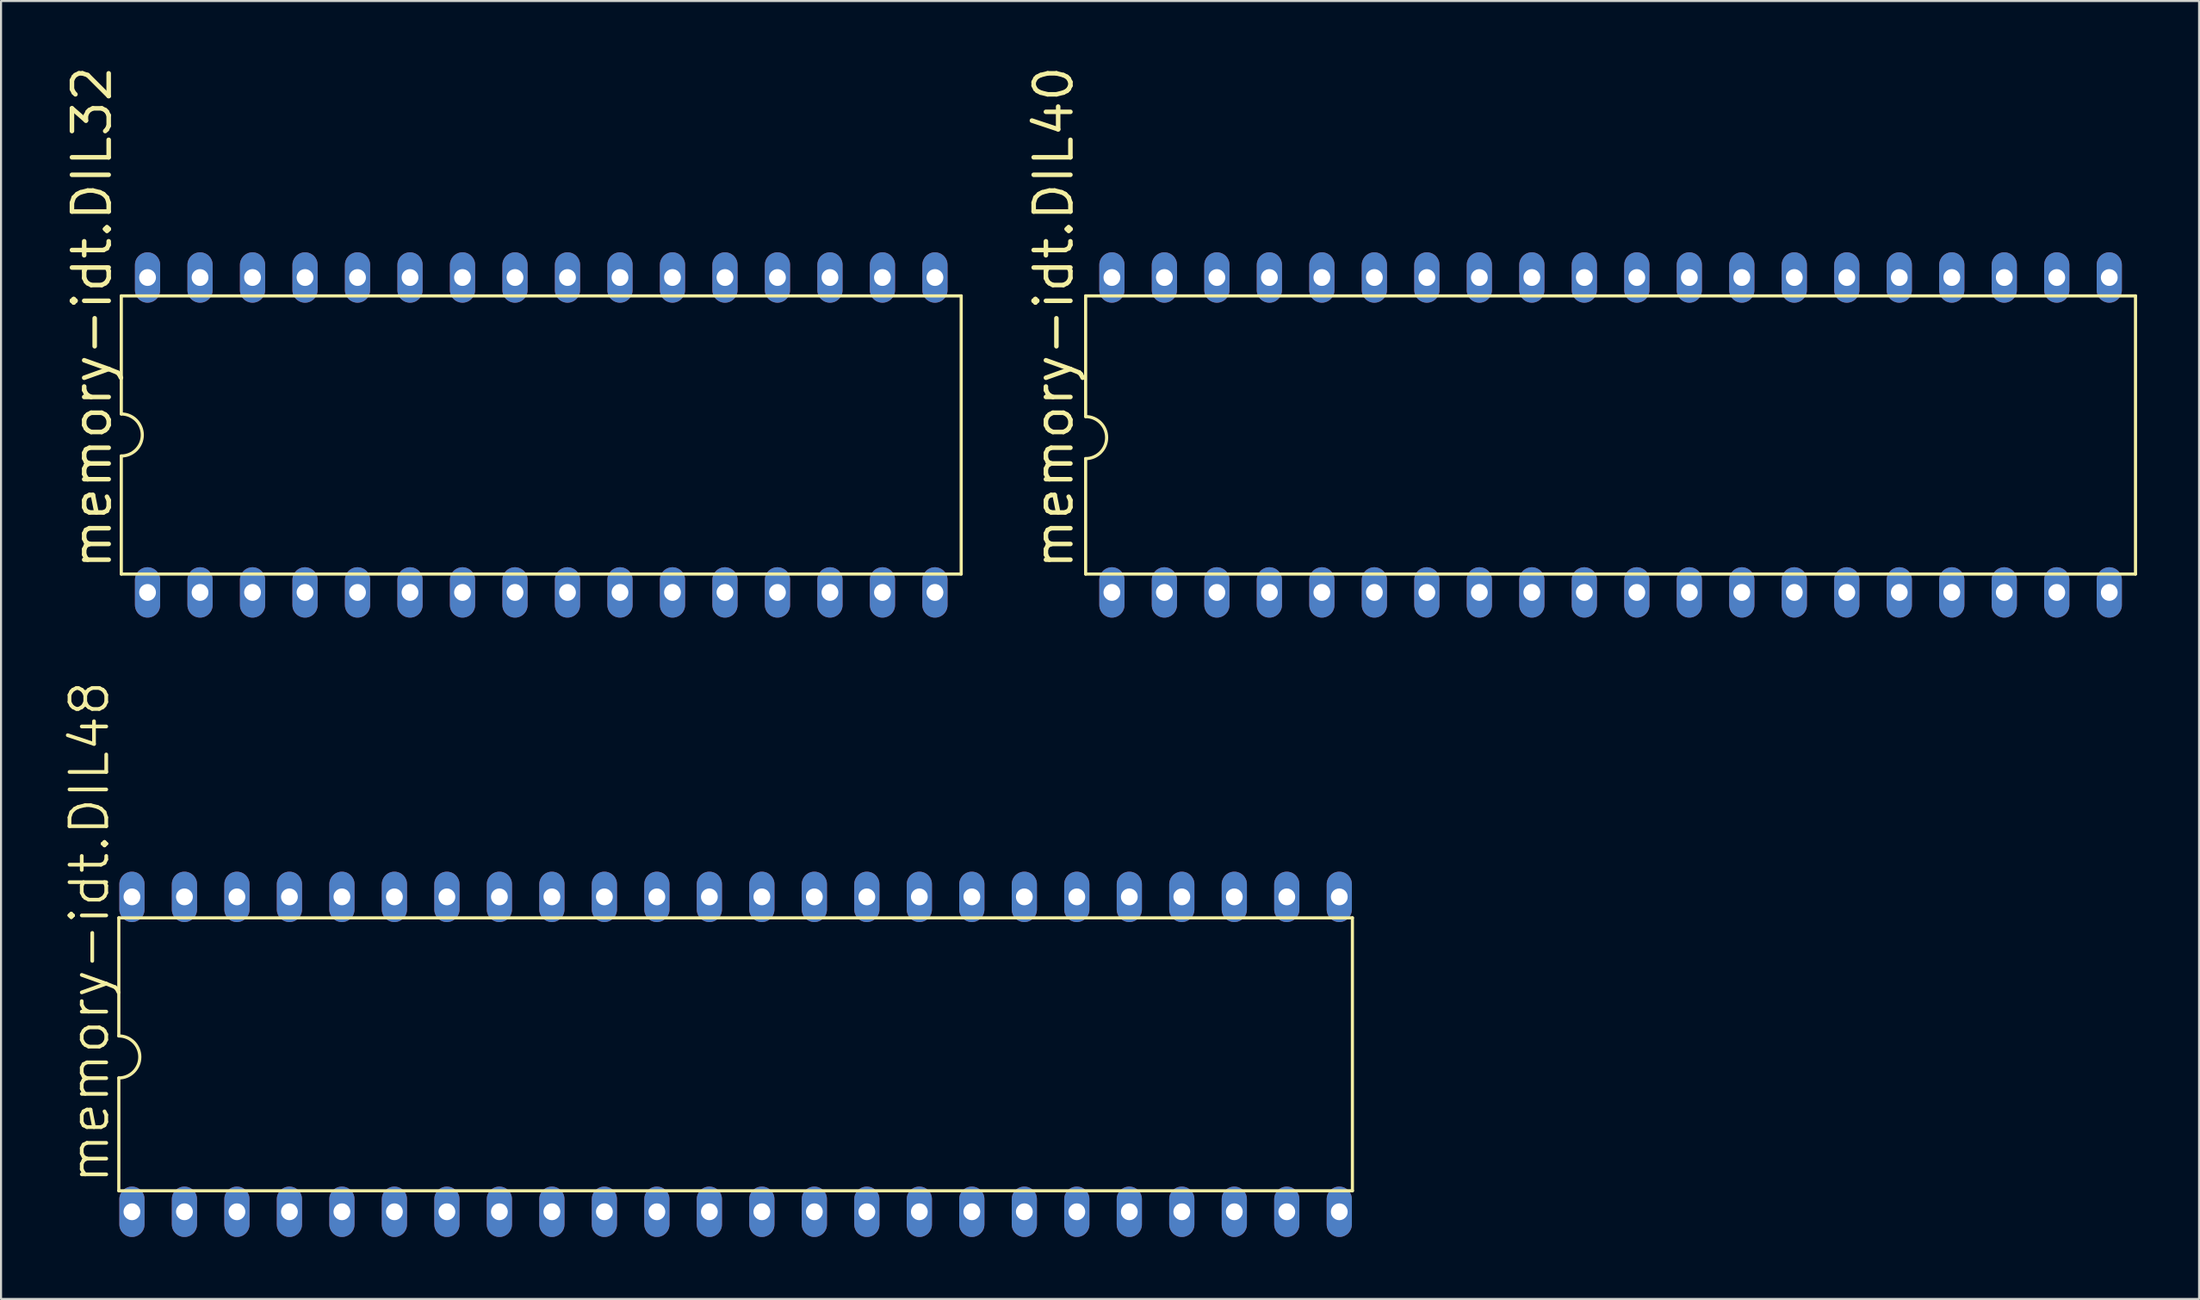
<source format=kicad_pcb>
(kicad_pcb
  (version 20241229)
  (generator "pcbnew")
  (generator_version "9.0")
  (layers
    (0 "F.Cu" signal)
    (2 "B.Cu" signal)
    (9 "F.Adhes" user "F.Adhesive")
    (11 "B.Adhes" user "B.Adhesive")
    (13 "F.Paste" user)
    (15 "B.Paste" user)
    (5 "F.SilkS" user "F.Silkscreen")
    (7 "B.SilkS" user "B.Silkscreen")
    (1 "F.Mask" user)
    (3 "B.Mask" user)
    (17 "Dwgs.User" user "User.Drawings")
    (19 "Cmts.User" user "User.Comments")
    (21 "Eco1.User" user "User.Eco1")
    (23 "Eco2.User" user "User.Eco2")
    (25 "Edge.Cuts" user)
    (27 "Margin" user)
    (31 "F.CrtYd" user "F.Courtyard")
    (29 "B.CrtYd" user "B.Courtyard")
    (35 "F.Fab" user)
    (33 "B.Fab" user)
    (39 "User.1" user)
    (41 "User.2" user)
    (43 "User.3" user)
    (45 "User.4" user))
  (footprint "memory-idt.DIL40"
    (layer "F.Cu")
    (at 74.881 18)
    (property "Reference" "memory-idt.DIL40" (at -25.908 6.604 90) (layer "F.SilkS") (effects (font (size 1.778 1.778) (thickness 0.22)) (justify left bottom)))
    (attr through_hole)
    (fp_line (start -25.4 -6.731) (end -25.4 -0.889) (stroke (width 0.152) (type default)) (layer "F.SilkS"))
    (fp_line (start -25.4 6.731) (end -25.4 1.143) (stroke (width 0.152) (type default)) (layer "F.SilkS"))
    (fp_line (start -25.4 6.731) (end 25.4 6.731) (stroke (width 0.152) (type default)) (layer "F.SilkS"))
    (fp_line (start 25.4 -6.731) (end -25.4 -6.731) (stroke (width 0.152) (type default)) (layer "F.SilkS"))
    (fp_line (start 25.4 -6.731) (end 25.4 6.731) (stroke (width 0.152) (type default)) (layer "F.SilkS"))
    (fp_arc (start -25.4 -0.889) (mid -24.384 0.127) (end -25.4 1.143) (stroke (width 0.1524) (type default)) (layer "F.SilkS"))
    (pad "1" thru_hole oval (at -24.13 7.62 90) (size 2.438 1.219) (drill 0.813) (layers "*.Cu" "*.Mask"))
    (pad "2" thru_hole oval (at -21.59 7.62 90) (size 2.438 1.219) (drill 0.813) (layers "*.Cu" "*.Mask"))
    (pad "3" thru_hole oval (at -19.05 7.62 90) (size 2.438 1.219) (drill 0.813) (layers "*.Cu" "*.Mask"))
    (pad "4" thru_hole oval (at -16.51 7.62 90) (size 2.438 1.219) (drill 0.813) (layers "*.Cu" "*.Mask"))
    (pad "5" thru_hole oval (at -13.97 7.62 90) (size 2.438 1.219) (drill 0.813) (layers "*.Cu" "*.Mask"))
    (pad "6" thru_hole oval (at -11.43 7.62 90) (size 2.438 1.219) (drill 0.813) (layers "*.Cu" "*.Mask"))
    (pad "7" thru_hole oval (at -8.89 7.62 90) (size 2.438 1.219) (drill 0.813) (layers "*.Cu" "*.Mask"))
    (pad "8" thru_hole oval (at -6.35 7.62 90) (size 2.438 1.219) (drill 0.813) (layers "*.Cu" "*.Mask"))
    (pad "9" thru_hole oval (at -3.81 7.62 90) (size 2.438 1.219) (drill 0.813) (layers "*.Cu" "*.Mask"))
    (pad "10" thru_hole oval (at -1.27 7.62 90) (size 2.438 1.219) (drill 0.813) (layers "*.Cu" "*.Mask"))
    (pad "11" thru_hole oval (at 1.27 7.62 90) (size 2.438 1.219) (drill 0.813) (layers "*.Cu" "*.Mask"))
    (pad "12" thru_hole oval (at 3.81 7.62 90) (size 2.438 1.219) (drill 0.813) (layers "*.Cu" "*.Mask"))
    (pad "13" thru_hole oval (at 6.35 7.62 90) (size 2.438 1.219) (drill 0.813) (layers "*.Cu" "*.Mask"))
    (pad "14" thru_hole oval (at 8.89 7.62 90) (size 2.438 1.219) (drill 0.813) (layers "*.Cu" "*.Mask"))
    (pad "15" thru_hole oval (at 11.43 7.62 90) (size 2.438 1.219) (drill 0.813) (layers "*.Cu" "*.Mask"))
    (pad "16" thru_hole oval (at 13.97 7.62 90) (size 2.438 1.219) (drill 0.813) (layers "*.Cu" "*.Mask"))
    (pad "17" thru_hole oval (at 16.51 7.62 90) (size 2.438 1.219) (drill 0.813) (layers "*.Cu" "*.Mask"))
    (pad "18" thru_hole oval (at 19.05 7.62 90) (size 2.438 1.219) (drill 0.813) (layers "*.Cu" "*.Mask"))
    (pad "19" thru_hole oval (at 21.59 7.62 90) (size 2.438 1.219) (drill 0.813) (layers "*.Cu" "*.Mask"))
    (pad "20" thru_hole oval (at 24.13 7.62 90) (size 2.438 1.219) (drill 0.813) (layers "*.Cu" "*.Mask"))
    (pad "21" thru_hole oval (at 24.13 -7.62 90) (size 2.438 1.219) (drill 0.813) (layers "*.Cu" "*.Mask"))
    (pad "22" thru_hole oval (at 21.59 -7.62 90) (size 2.438 1.219) (drill 0.813) (layers "*.Cu" "*.Mask"))
    (pad "23" thru_hole oval (at 19.05 -7.62 90) (size 2.438 1.219) (drill 0.813) (layers "*.Cu" "*.Mask"))
    (pad "24" thru_hole oval (at 16.51 -7.62 90) (size 2.438 1.219) (drill 0.813) (layers "*.Cu" "*.Mask"))
    (pad "25" thru_hole oval (at 13.97 -7.62 90) (size 2.438 1.219) (drill 0.813) (layers "*.Cu" "*.Mask"))
    (pad "26" thru_hole oval (at 11.43 -7.62 90) (size 2.438 1.219) (drill 0.813) (layers "*.Cu" "*.Mask"))
    (pad "27" thru_hole oval (at 8.89 -7.62 90) (size 2.438 1.219) (drill 0.813) (layers "*.Cu" "*.Mask"))
    (pad "28" thru_hole oval (at 6.35 -7.62 90) (size 2.438 1.219) (drill 0.813) (layers "*.Cu" "*.Mask"))
    (pad "29" thru_hole oval (at 3.81 -7.62 90) (size 2.438 1.219) (drill 0.813) (layers "*.Cu" "*.Mask"))
    (pad "30" thru_hole oval (at 1.27 -7.62 90) (size 2.438 1.219) (drill 0.813) (layers "*.Cu" "*.Mask"))
    (pad "31" thru_hole oval (at -1.27 -7.62 90) (size 2.438 1.219) (drill 0.813) (layers "*.Cu" "*.Mask"))
    (pad "32" thru_hole oval (at -3.81 -7.62 90) (size 2.438 1.219) (drill 0.813) (layers "*.Cu" "*.Mask"))
    (pad "33" thru_hole oval (at -6.35 -7.62 90) (size 2.438 1.219) (drill 0.813) (layers "*.Cu" "*.Mask"))
    (pad "34" thru_hole oval (at -8.89 -7.62 90) (size 2.438 1.219) (drill 0.813) (layers "*.Cu" "*.Mask"))
    (pad "35" thru_hole oval (at -11.43 -7.62 90) (size 2.438 1.219) (drill 0.813) (layers "*.Cu" "*.Mask"))
    (pad "36" thru_hole oval (at -13.97 -7.62 90) (size 2.438 1.219) (drill 0.813) (layers "*.Cu" "*.Mask"))
    (pad "37" thru_hole oval (at -16.51 -7.62 90) (size 2.438 1.219) (drill 0.813) (layers "*.Cu" "*.Mask"))
    (pad "38" thru_hole oval (at -19.05 -7.62 90) (size 2.438 1.219) (drill 0.813) (layers "*.Cu" "*.Mask"))
    (pad "39" thru_hole oval (at -21.59 -7.62 90) (size 2.438 1.219) (drill 0.813) (layers "*.Cu" "*.Mask"))
    (pad "40" thru_hole oval (at -24.13 -7.62 90) (size 2.438 1.219) (drill 0.813) (layers "*.Cu" "*.Mask")))
  (footprint "memory-idt.DIL32"
    (layer "F.Cu")
    (at 23.139 18)
    (property "Reference" "memory-idt.DIL32" (at -20.701 6.604 90) (layer "F.SilkS") (effects (font (size 1.778 1.778) (thickness 0.22)) (justify left bottom)))
    (attr through_hole)
    (fp_line (start -20.32 -6.731) (end -20.32 -1.016) (stroke (width 0.152) (type default)) (layer "F.SilkS"))
    (fp_line (start -20.32 6.731) (end -20.32 1.016) (stroke (width 0.152) (type default)) (layer "F.SilkS"))
    (fp_line (start -20.32 6.731) (end 20.32 6.731) (stroke (width 0.152) (type default)) (layer "F.SilkS"))
    (fp_line (start 20.32 -6.731) (end -20.32 -6.731) (stroke (width 0.152) (type default)) (layer "F.SilkS"))
    (fp_line (start 20.32 -6.731) (end 20.32 6.731) (stroke (width 0.152) (type default)) (layer "F.SilkS"))
    (fp_arc (start -20.32 -1.016) (mid -19.304 0) (end -20.32 1.016) (stroke (width 0.1524) (type default)) (layer "F.SilkS"))
    (pad "1" thru_hole oval (at -19.05 7.62 90) (size 2.438 1.219) (drill 0.813) (layers "*.Cu" "*.Mask"))
    (pad "2" thru_hole oval (at -16.51 7.62 90) (size 2.438 1.219) (drill 0.813) (layers "*.Cu" "*.Mask"))
    (pad "3" thru_hole oval (at -13.97 7.62 90) (size 2.438 1.219) (drill 0.813) (layers "*.Cu" "*.Mask"))
    (pad "4" thru_hole oval (at -11.43 7.62 90) (size 2.438 1.219) (drill 0.813) (layers "*.Cu" "*.Mask"))
    (pad "5" thru_hole oval (at -8.89 7.62 90) (size 2.438 1.219) (drill 0.813) (layers "*.Cu" "*.Mask"))
    (pad "6" thru_hole oval (at -6.35 7.62 90) (size 2.438 1.219) (drill 0.813) (layers "*.Cu" "*.Mask"))
    (pad "7" thru_hole oval (at -3.81 7.62 90) (size 2.438 1.219) (drill 0.813) (layers "*.Cu" "*.Mask"))
    (pad "8" thru_hole oval (at -1.27 7.62 90) (size 2.438 1.219) (drill 0.813) (layers "*.Cu" "*.Mask"))
    (pad "9" thru_hole oval (at 1.27 7.62 90) (size 2.438 1.219) (drill 0.813) (layers "*.Cu" "*.Mask"))
    (pad "10" thru_hole oval (at 3.81 7.62 90) (size 2.438 1.219) (drill 0.813) (layers "*.Cu" "*.Mask"))
    (pad "11" thru_hole oval (at 6.35 7.62 90) (size 2.438 1.219) (drill 0.813) (layers "*.Cu" "*.Mask"))
    (pad "12" thru_hole oval (at 8.89 7.62 90) (size 2.438 1.219) (drill 0.813) (layers "*.Cu" "*.Mask"))
    (pad "13" thru_hole oval (at 11.43 7.62 90) (size 2.438 1.219) (drill 0.813) (layers "*.Cu" "*.Mask"))
    (pad "14" thru_hole oval (at 13.97 7.62 90) (size 2.438 1.219) (drill 0.813) (layers "*.Cu" "*.Mask"))
    (pad "15" thru_hole oval (at 16.51 7.62 90) (size 2.438 1.219) (drill 0.813) (layers "*.Cu" "*.Mask"))
    (pad "16" thru_hole oval (at 19.05 7.62 90) (size 2.438 1.219) (drill 0.813) (layers "*.Cu" "*.Mask"))
    (pad "17" thru_hole oval (at 19.05 -7.62 90) (size 2.438 1.219) (drill 0.813) (layers "*.Cu" "*.Mask"))
    (pad "18" thru_hole oval (at 16.51 -7.62 90) (size 2.438 1.219) (drill 0.813) (layers "*.Cu" "*.Mask"))
    (pad "19" thru_hole oval (at 13.97 -7.62 90) (size 2.438 1.219) (drill 0.813) (layers "*.Cu" "*.Mask"))
    (pad "20" thru_hole oval (at 11.43 -7.62 90) (size 2.438 1.219) (drill 0.813) (layers "*.Cu" "*.Mask"))
    (pad "21" thru_hole oval (at 8.89 -7.62 90) (size 2.438 1.219) (drill 0.813) (layers "*.Cu" "*.Mask"))
    (pad "22" thru_hole oval (at 6.35 -7.62 90) (size 2.438 1.219) (drill 0.813) (layers "*.Cu" "*.Mask"))
    (pad "23" thru_hole oval (at 3.81 -7.62 90) (size 2.438 1.219) (drill 0.813) (layers "*.Cu" "*.Mask"))
    (pad "24" thru_hole oval (at 1.27 -7.62 90) (size 2.438 1.219) (drill 0.813) (layers "*.Cu" "*.Mask"))
    (pad "25" thru_hole oval (at -1.27 -7.62 90) (size 2.438 1.219) (drill 0.813) (layers "*.Cu" "*.Mask"))
    (pad "26" thru_hole oval (at -3.81 -7.62 90) (size 2.438 1.219) (drill 0.813) (layers "*.Cu" "*.Mask"))
    (pad "27" thru_hole oval (at -6.35 -7.62 90) (size 2.438 1.219) (drill 0.813) (layers "*.Cu" "*.Mask"))
    (pad "28" thru_hole oval (at -8.89 -7.62 90) (size 2.438 1.219) (drill 0.813) (layers "*.Cu" "*.Mask"))
    (pad "29" thru_hole oval (at -11.43 -7.62 90) (size 2.438 1.219) (drill 0.813) (layers "*.Cu" "*.Mask"))
    (pad "30" thru_hole oval (at -13.97 -7.62 90) (size 2.438 1.219) (drill 0.813) (layers "*.Cu" "*.Mask"))
    (pad "31" thru_hole oval (at -16.51 -7.62 90) (size 2.438 1.219) (drill 0.813) (layers "*.Cu" "*.Mask"))
    (pad "32" thru_hole oval (at -19.05 -7.62 90) (size 2.438 1.219) (drill 0.813) (layers "*.Cu" "*.Mask")))
  (footprint "memory-idt.DIL48"
    (layer "F.Cu")
    (at 32.544 47.973)
    (property "Reference" "memory-idt.DIL48" (at -30.226 6.35 90) (layer "F.SilkS") (effects (font (size 1.778 1.778) (thickness 0.18)) (justify left bottom)))
    (attr through_hole)
    (fp_line (start -29.845 -6.604) (end -29.845 -0.889) (stroke (width 0.152) (type default)) (layer "F.SilkS"))
    (fp_line (start -29.845 6.604) (end -29.845 1.143) (stroke (width 0.152) (type default)) (layer "F.SilkS"))
    (fp_line (start -29.845 6.604) (end 29.845 6.604) (stroke (width 0.152) (type default)) (layer "F.SilkS"))
    (fp_line (start 29.845 -6.604) (end -29.845 -6.604) (stroke (width 0.152) (type default)) (layer "F.SilkS"))
    (fp_line (start 29.845 6.604) (end 29.845 -6.604) (stroke (width 0.152) (type default)) (layer "F.SilkS"))
    (fp_arc (start -29.845 -0.889) (mid -28.829 0.127) (end -29.845 1.143) (stroke (width 0.1524) (type default)) (layer "F.SilkS"))
    (pad "1" thru_hole oval (at -29.21 7.62 90) (size 2.438 1.219) (drill 0.813) (layers "*.Cu" "*.Mask"))
    (pad "2" thru_hole oval (at -26.67 7.62 90) (size 2.438 1.219) (drill 0.813) (layers "*.Cu" "*.Mask"))
    (pad "3" thru_hole oval (at -24.13 7.62 90) (size 2.438 1.219) (drill 0.813) (layers "*.Cu" "*.Mask"))
    (pad "4" thru_hole oval (at -21.59 7.62 90) (size 2.438 1.219) (drill 0.813) (layers "*.Cu" "*.Mask"))
    (pad "5" thru_hole oval (at -19.05 7.62 90) (size 2.438 1.219) (drill 0.813) (layers "*.Cu" "*.Mask"))
    (pad "6" thru_hole oval (at -16.51 7.62 90) (size 2.438 1.219) (drill 0.813) (layers "*.Cu" "*.Mask"))
    (pad "7" thru_hole oval (at -13.97 7.62 90) (size 2.438 1.219) (drill 0.813) (layers "*.Cu" "*.Mask"))
    (pad "8" thru_hole oval (at -11.43 7.62 90) (size 2.438 1.219) (drill 0.813) (layers "*.Cu" "*.Mask"))
    (pad "9" thru_hole oval (at -8.89 7.62 90) (size 2.438 1.219) (drill 0.813) (layers "*.Cu" "*.Mask"))
    (pad "10" thru_hole oval (at -6.35 7.62 90) (size 2.438 1.219) (drill 0.813) (layers "*.Cu" "*.Mask"))
    (pad "11" thru_hole oval (at -3.81 7.62 90) (size 2.438 1.219) (drill 0.813) (layers "*.Cu" "*.Mask"))
    (pad "12" thru_hole oval (at -1.27 7.62 90) (size 2.438 1.219) (drill 0.813) (layers "*.Cu" "*.Mask"))
    (pad "13" thru_hole oval (at 1.27 7.62 90) (size 2.438 1.219) (drill 0.813) (layers "*.Cu" "*.Mask"))
    (pad "14" thru_hole oval (at 3.81 7.62 90) (size 2.438 1.219) (drill 0.813) (layers "*.Cu" "*.Mask"))
    (pad "15" thru_hole oval (at 6.35 7.62 90) (size 2.438 1.219) (drill 0.813) (layers "*.Cu" "*.Mask"))
    (pad "16" thru_hole oval (at 8.89 7.62 90) (size 2.438 1.219) (drill 0.813) (layers "*.Cu" "*.Mask"))
    (pad "17" thru_hole oval (at 11.43 7.62 90) (size 2.438 1.219) (drill 0.813) (layers "*.Cu" "*.Mask"))
    (pad "18" thru_hole oval (at 13.97 7.62 90) (size 2.438 1.219) (drill 0.813) (layers "*.Cu" "*.Mask"))
    (pad "19" thru_hole oval (at 16.51 7.62 90) (size 2.438 1.219) (drill 0.813) (layers "*.Cu" "*.Mask"))
    (pad "20" thru_hole oval (at 19.05 7.62 90) (size 2.438 1.219) (drill 0.813) (layers "*.Cu" "*.Mask"))
    (pad "21" thru_hole oval (at 21.59 7.62 90) (size 2.438 1.219) (drill 0.813) (layers "*.Cu" "*.Mask"))
    (pad "22" thru_hole oval (at 24.13 7.62 90) (size 2.438 1.219) (drill 0.813) (layers "*.Cu" "*.Mask"))
    (pad "23" thru_hole oval (at 26.67 7.62 90) (size 2.438 1.219) (drill 0.813) (layers "*.Cu" "*.Mask"))
    (pad "24" thru_hole oval (at 29.21 7.62 90) (size 2.438 1.219) (drill 0.813) (layers "*.Cu" "*.Mask"))
    (pad "25" thru_hole oval (at 29.21 -7.62 90) (size 2.438 1.219) (drill 0.813) (layers "*.Cu" "*.Mask"))
    (pad "26" thru_hole oval (at 26.67 -7.62 90) (size 2.438 1.219) (drill 0.813) (layers "*.Cu" "*.Mask"))
    (pad "27" thru_hole oval (at 24.13 -7.62 90) (size 2.438 1.219) (drill 0.813) (layers "*.Cu" "*.Mask"))
    (pad "28" thru_hole oval (at 21.59 -7.62 90) (size 2.438 1.219) (drill 0.813) (layers "*.Cu" "*.Mask"))
    (pad "29" thru_hole oval (at 19.05 -7.62 90) (size 2.438 1.219) (drill 0.813) (layers "*.Cu" "*.Mask"))
    (pad "30" thru_hole oval (at 16.51 -7.62 90) (size 2.438 1.219) (drill 0.813) (layers "*.Cu" "*.Mask"))
    (pad "31" thru_hole oval (at 13.97 -7.62 90) (size 2.438 1.219) (drill 0.813) (layers "*.Cu" "*.Mask"))
    (pad "32" thru_hole oval (at 11.43 -7.62 90) (size 2.438 1.219) (drill 0.813) (layers "*.Cu" "*.Mask"))
    (pad "33" thru_hole oval (at 8.89 -7.62 90) (size 2.438 1.219) (drill 0.813) (layers "*.Cu" "*.Mask"))
    (pad "34" thru_hole oval (at 6.35 -7.62 90) (size 2.438 1.219) (drill 0.813) (layers "*.Cu" "*.Mask"))
    (pad "35" thru_hole oval (at 3.81 -7.62 90) (size 2.438 1.219) (drill 0.813) (layers "*.Cu" "*.Mask"))
    (pad "36" thru_hole oval (at 1.27 -7.62 90) (size 2.438 1.219) (drill 0.813) (layers "*.Cu" "*.Mask"))
    (pad "37" thru_hole oval (at -1.27 -7.62 90) (size 2.438 1.219) (drill 0.813) (layers "*.Cu" "*.Mask"))
    (pad "38" thru_hole oval (at -3.81 -7.62 90) (size 2.438 1.219) (drill 0.813) (layers "*.Cu" "*.Mask"))
    (pad "39" thru_hole oval (at -6.35 -7.62 90) (size 2.438 1.219) (drill 0.813) (layers "*.Cu" "*.Mask"))
    (pad "40" thru_hole oval (at -8.89 -7.62 90) (size 2.438 1.219) (drill 0.813) (layers "*.Cu" "*.Mask"))
    (pad "41" thru_hole oval (at -11.43 -7.62 90) (size 2.438 1.219) (drill 0.813) (layers "*.Cu" "*.Mask"))
    (pad "42" thru_hole oval (at -13.97 -7.62 90) (size 2.438 1.219) (drill 0.813) (layers "*.Cu" "*.Mask"))
    (pad "43" thru_hole oval (at -16.51 -7.62 90) (size 2.438 1.219) (drill 0.813) (layers "*.Cu" "*.Mask"))
    (pad "44" thru_hole oval (at -19.05 -7.62 90) (size 2.438 1.219) (drill 0.813) (layers "*.Cu" "*.Mask"))
    (pad "45" thru_hole oval (at -21.59 -7.62 90) (size 2.438 1.219) (drill 0.813) (layers "*.Cu" "*.Mask"))
    (pad "46" thru_hole oval (at -24.13 -7.62 90) (size 2.438 1.219) (drill 0.813) (layers "*.Cu" "*.Mask"))
    (pad "47" thru_hole oval (at -26.67 -7.62 90) (size 2.438 1.219) (drill 0.813) (layers "*.Cu" "*.Mask"))
    (pad "48" thru_hole oval (at -29.21 -7.62 90) (size 2.438 1.219) (drill 0.813) (layers "*.Cu" "*.Mask")))
  (gr_rect
    (start -3 -3)
    (end 103.357 59.812)
    (stroke (width 0.1) (type default))
    (fill no)
    (layer "Edge.Cuts")))
</source>
